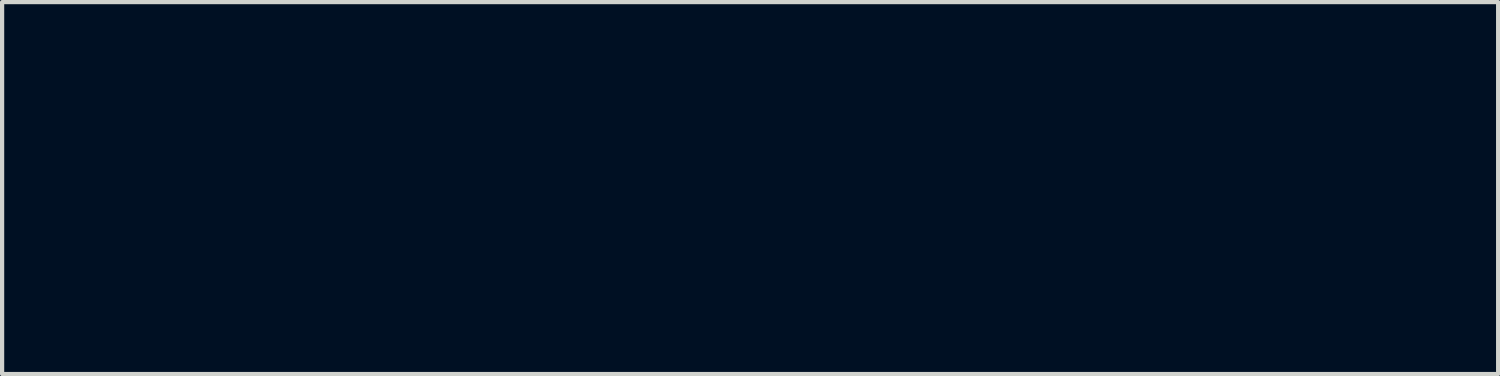
<source format=kicad_pcb>
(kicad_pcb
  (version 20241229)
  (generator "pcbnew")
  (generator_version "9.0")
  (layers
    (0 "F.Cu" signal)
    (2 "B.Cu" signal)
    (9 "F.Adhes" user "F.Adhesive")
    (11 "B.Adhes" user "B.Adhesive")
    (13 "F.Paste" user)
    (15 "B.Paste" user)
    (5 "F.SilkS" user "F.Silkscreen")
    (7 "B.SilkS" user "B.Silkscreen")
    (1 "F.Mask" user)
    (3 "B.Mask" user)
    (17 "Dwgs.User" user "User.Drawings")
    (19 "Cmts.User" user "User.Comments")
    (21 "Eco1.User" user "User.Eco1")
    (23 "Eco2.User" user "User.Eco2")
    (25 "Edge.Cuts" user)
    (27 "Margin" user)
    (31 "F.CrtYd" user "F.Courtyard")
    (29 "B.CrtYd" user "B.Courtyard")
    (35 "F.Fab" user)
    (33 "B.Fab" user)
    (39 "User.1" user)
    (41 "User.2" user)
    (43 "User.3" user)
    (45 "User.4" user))
  (footprint "goldbug.cpv"
    (layer "B.Cu")
    (at 14.771 1.418)
    (property "Reference" "goldbug.cpv" (at 0 0 0) (layer "B.Mask") (effects (font (size 1.524 1.524) (thickness 0.3))))
    (attr through_hole)
    (fp_poly (pts (xy 6.079 0.63) (xy 6.078 0.676) (xy 6.074 0.708) (xy 6.063 0.728) (xy 6.045 0.74) (xy 6.017 0.744) (xy 5.981 0.745) (xy 5.918 0.745) (xy 5.922 0.555) (xy 6.001 0.552) (xy 6.079 0.55) (xy 6.079 0.63)) (stroke (width 0.01) (type solid)) (fill yes) (layer "B.Mask"))
    (fp_poly (pts (xy -10.66 0.63) (xy -10.661 0.676) (xy -10.665 0.708) (xy -10.675 0.728) (xy -10.693 0.74) (xy -10.722 0.744) (xy -10.757 0.745) (xy -10.821 0.745) (xy -10.819 0.65) (xy -10.816 0.555) (xy -10.738 0.552) (xy -10.66 0.55) (xy -10.66 0.63)) (stroke (width 0.01) (type solid)) (fill yes) (layer "B.Mask"))
    (fp_poly (pts (xy -3.683 -0.015) (xy -3.683 0.114) (xy -3.684 0.233) (xy -3.684 0.341) (xy -3.685 0.437) (xy -3.685 0.521) (xy -3.686 0.592) (xy -3.687 0.648) (xy -3.689 0.691) (xy -3.69 0.718) (xy -3.691 0.728) (xy -3.701 0.735) (xy -3.723 0.74) (xy -3.758 0.743) (xy -3.772 0.744) (xy -3.844 0.747) (xy -3.844 -0.704) (xy -3.823 -0.724) (xy -3.81 -0.736) (xy -3.794 -0.742) (xy -3.772 -0.745) (xy -3.743 -0.745) (xy -3.683 -0.745) (xy -3.683 -0.015)) (stroke (width 0.01) (type solid)) (fill yes) (layer "B.Mask"))
    (fp_poly (pts (xy 12.2 0.745) (xy 12.004 0.745) (xy 11.933 0.744) (xy 11.878 0.743) (xy 11.836 0.741) (xy 11.807 0.739) (xy 11.787 0.735) (xy 11.781 0.733) (xy 11.765 0.723) (xy 11.75 0.705) (xy 11.735 0.676) (xy 11.728 0.661) (xy 11.715 0.632) (xy 11.706 0.608) (xy 11.701 0.594) (xy 11.701 0.593) (xy 11.709 0.59) (xy 11.733 0.587) (xy 11.772 0.585) (xy 11.824 0.584) (xy 11.87 0.584) (xy 12.04 0.584) (xy 12.04 -0.719) (xy 12.058 -0.732) (xy 12.081 -0.741) (xy 12.117 -0.745) (xy 12.139 -0.745) (xy 12.2 -0.745) (xy 12.2 0.745)) (stroke (width 0.01) (type solid)) (fill yes) (layer "B.Mask"))
    (fp_poly (pts (xy -4.733 0.745) (xy -4.925 0.745) (xy -4.993 0.744) (xy -5.046 0.743) (xy -5.086 0.742) (xy -5.114 0.739) (xy -5.134 0.736) (xy -5.146 0.732) (xy -5.162 0.723) (xy -5.177 0.707) (xy -5.191 0.681) (xy -5.203 0.657) (xy -5.217 0.627) (xy -5.227 0.604) (xy -5.232 0.59) (xy -5.232 0.589) (xy -5.224 0.588) (xy -5.202 0.586) (xy -5.168 0.585) (xy -5.124 0.585) (xy -5.074 0.584) (xy -5.063 0.584) (xy -4.894 0.584) (xy -4.894 -0.061) (xy -4.894 -0.165) (xy -4.893 -0.263) (xy -4.893 -0.355) (xy -4.892 -0.44) (xy -4.892 -0.515) (xy -4.891 -0.581) (xy -4.89 -0.635) (xy -4.889 -0.677) (xy -4.888 -0.704) (xy -4.887 -0.716) (xy -4.887 -0.716) (xy -4.867 -0.733) (xy -4.832 -0.742) (xy -4.788 -0.745) (xy -4.733 -0.745) (xy -4.733 0.745)) (stroke (width 0.01) (type solid)) (fill yes) (layer "B.Mask"))
    (fp_poly (pts (xy -5.991 -0.747) (xy -5.976 -0.746) (xy -5.959 -0.745) (xy -5.956 -0.745) (xy -5.893 -0.745) (xy -5.893 0.745) (xy -6.085 0.744) (xy -6.142 0.744) (xy -6.193 0.743) (xy -6.237 0.742) (xy -6.27 0.741) (xy -6.291 0.74) (xy -6.295 0.739) (xy -6.318 0.728) (xy -6.339 0.706) (xy -6.359 0.671) (xy -6.362 0.664) (xy -6.375 0.637) (xy -6.384 0.617) (xy -6.387 0.602) (xy -6.383 0.593) (xy -6.371 0.587) (xy -6.347 0.585) (xy -6.311 0.584) (xy -6.261 0.584) (xy -6.224 0.584) (xy -6.054 0.584) (xy -6.054 -0.064) (xy -6.054 -0.187) (xy -6.054 -0.295) (xy -6.054 -0.389) (xy -6.054 -0.468) (xy -6.053 -0.535) (xy -6.052 -0.591) (xy -6.05 -0.636) (xy -6.047 -0.671) (xy -6.044 -0.698) (xy -6.039 -0.718) (xy -6.033 -0.732) (xy -6.025 -0.741) (xy -6.015 -0.745) (xy -6.004 -0.747) (xy -5.991 -0.747)) (stroke (width 0.01) (type solid)) (fill yes) (layer "B.Mask"))
    (fp_poly (pts (xy -0.047 -0.745) (xy 0.01 -0.744) (xy 0.054 -0.743) (xy 0.087 -0.74) (xy 0.111 -0.735) (xy 0.127 -0.728) (xy 0.137 -0.718) (xy 0.142 -0.705) (xy 0.144 -0.689) (xy 0.144 -0.668) (xy 0.144 -0.648) (xy 0.144 -0.584) (xy -0.068 -0.584) (xy -0.068 0.719) (xy -0.087 0.732) (xy -0.109 0.741) (xy -0.145 0.745) (xy -0.167 0.745) (xy -0.229 0.745) (xy -0.229 0.091) (xy -0.229 -0.037) (xy -0.229 -0.149) (xy -0.229 -0.246) (xy -0.23 -0.328) (xy -0.23 -0.397) (xy -0.231 -0.453) (xy -0.232 -0.498) (xy -0.234 -0.531) (xy -0.235 -0.554) (xy -0.237 -0.568) (xy -0.239 -0.574) (xy -0.253 -0.579) (xy -0.283 -0.583) (xy -0.326 -0.584) (xy -0.33 -0.584) (xy -0.371 -0.586) (xy -0.405 -0.589) (xy -0.428 -0.593) (xy -0.432 -0.595) (xy -0.448 -0.61) (xy -0.468 -0.639) (xy -0.484 -0.669) (xy -0.499 -0.699) (xy -0.51 -0.723) (xy -0.515 -0.737) (xy -0.516 -0.739) (xy -0.508 -0.74) (xy -0.485 -0.741) (xy -0.448 -0.743) (xy -0.401 -0.744) (xy -0.344 -0.744) (xy -0.279 -0.745) (xy -0.208 -0.745) (xy -0.203 -0.745) (xy -0.117 -0.745) (xy -0.047 -0.745)) (stroke (width 0.01) (type solid)) (fill yes) (layer "B.Mask"))
    (fp_poly (pts (xy 8.526 -0.746) (xy 8.535 -0.742) (xy 8.543 -0.734) (xy 8.549 -0.721) (xy 8.554 -0.702) (xy 8.558 -0.676) (xy 8.561 -0.642) (xy 8.563 -0.598) (xy 8.564 -0.544) (xy 8.565 -0.479) (xy 8.566 -0.401) (xy 8.566 -0.309) (xy 8.566 -0.202) (xy 8.567 -0.08) (xy 8.567 -0.079) (xy 8.567 0.06) (xy 8.567 0.183) (xy 8.567 0.29) (xy 8.567 0.381) (xy 8.566 0.456) (xy 8.565 0.515) (xy 8.564 0.56) (xy 8.562 0.59) (xy 8.56 0.606) (xy 8.541 0.655) (xy 8.509 0.697) (xy 8.465 0.729) (xy 8.464 0.73) (xy 8.442 0.739) (xy 8.418 0.745) (xy 8.385 0.749) (xy 8.344 0.75) (xy 8.303 0.751) (xy 8.265 0.749) (xy 8.234 0.747) (xy 8.224 0.745) (xy 8.172 0.729) (xy 8.132 0.702) (xy 8.099 0.662) (xy 8.089 0.643) (xy 8.086 0.637) (xy 8.083 0.63) (xy 8.081 0.62) (xy 8.079 0.606) (xy 8.078 0.588) (xy 8.076 0.564) (xy 8.075 0.533) (xy 8.074 0.493) (xy 8.074 0.444) (xy 8.073 0.385) (xy 8.072 0.314) (xy 8.072 0.23) (xy 8.071 0.133) (xy 8.071 0.02) (xy 8.071 -0.066) (xy 8.068 -0.745) (xy 8.229 -0.745) (xy 8.234 0.567) (xy 8.257 0.59) (xy 8.286 0.608) (xy 8.321 0.614) (xy 8.356 0.606) (xy 8.38 0.59) (xy 8.403 0.567) (xy 8.405 -0.089) (xy 8.408 -0.745) (xy 8.469 -0.745) (xy 8.487 -0.746) (xy 8.502 -0.747) (xy 8.515 -0.747) (xy 8.526 -0.746)) (stroke (width 0.01) (type solid)) (fill yes) (layer "B.Mask"))
    (fp_poly (pts (xy 11.091 0.745) (xy 10.928 0.745) (xy 10.862 0.744) (xy 10.81 0.743) (xy 10.772 0.74) (xy 10.745 0.736) (xy 10.732 0.732) (xy 10.681 0.706) (xy 10.641 0.668) (xy 10.614 0.618) (xy 10.608 0.6) (xy 10.607 0.584) (xy 10.605 0.552) (xy 10.604 0.503) (xy 10.603 0.438) (xy 10.602 0.358) (xy 10.602 0.262) (xy 10.602 0.151) (xy 10.602 0.026) (xy 10.602 0.005) (xy 10.761 0.005) (xy 10.761 0.543) (xy 10.782 0.563) (xy 10.795 0.574) (xy 10.809 0.581) (xy 10.831 0.583) (xy 10.864 0.584) (xy 10.867 0.584) (xy 10.93 0.584) (xy 10.93 -0.584) (xy 10.875 -0.584) (xy 10.829 -0.581) (xy 10.794 -0.57) (xy 10.772 -0.554) (xy 10.766 -0.546) (xy 10.765 -0.535) (xy 10.765 -0.509) (xy 10.764 -0.469) (xy 10.763 -0.416) (xy 10.762 -0.352) (xy 10.762 -0.279) (xy 10.762 -0.198) (xy 10.761 -0.11) (xy 10.761 -0.017) (xy 10.761 0.005) (xy 10.602 0.005) (xy 10.602 -0.019) (xy 10.603 -0.133) (xy 10.603 -0.231) (xy 10.604 -0.314) (xy 10.604 -0.385) (xy 10.605 -0.443) (xy 10.605 -0.491) (xy 10.606 -0.53) (xy 10.608 -0.56) (xy 10.609 -0.583) (xy 10.611 -0.6) (xy 10.613 -0.613) (xy 10.615 -0.623) (xy 10.618 -0.63) (xy 10.622 -0.637) (xy 10.623 -0.639) (xy 10.651 -0.681) (xy 10.689 -0.713) (xy 10.71 -0.725) (xy 10.722 -0.73) (xy 10.737 -0.735) (xy 10.758 -0.738) (xy 10.786 -0.74) (xy 10.824 -0.742) (xy 10.875 -0.743) (xy 10.916 -0.744) (xy 11.091 -0.746) (xy 11.091 0.745)) (stroke (width 0.01) (type solid)) (fill yes) (layer "B.Mask"))
    (fp_poly (pts (xy 2.107 -0.744) (xy 2.123 -0.741) (xy 2.137 -0.733) (xy 2.148 -0.72) (xy 2.158 -0.699) (xy 2.167 -0.67) (xy 2.176 -0.63) (xy 2.186 -0.578) (xy 2.197 -0.513) (xy 2.21 -0.439) (xy 2.221 -0.374) (xy 2.232 -0.315) (xy 2.241 -0.264) (xy 2.249 -0.222) (xy 2.255 -0.192) (xy 2.258 -0.176) (xy 2.259 -0.174) (xy 2.261 -0.182) (xy 2.266 -0.205) (xy 2.272 -0.24) (xy 2.28 -0.284) (xy 2.29 -0.335) (xy 2.299 -0.39) (xy 2.31 -0.448) (xy 2.32 -0.505) (xy 2.329 -0.559) (xy 2.338 -0.609) (xy 2.345 -0.65) (xy 2.35 -0.682) (xy 2.353 -0.701) (xy 2.354 -0.705) (xy 2.359 -0.715) (xy 2.371 -0.728) (xy 2.382 -0.737) (xy 2.398 -0.742) (xy 2.423 -0.745) (xy 2.455 -0.745) (xy 2.489 -0.745) (xy 2.509 -0.744) (xy 2.518 -0.74) (xy 2.52 -0.734) (xy 2.519 -0.726) (xy 2.516 -0.714) (xy 2.51 -0.687) (xy 2.502 -0.647) (xy 2.491 -0.596) (xy 2.478 -0.534) (xy 2.463 -0.464) (xy 2.447 -0.388) (xy 2.43 -0.306) (xy 2.425 -0.285) (xy 2.337 0.138) (xy 2.337 0.719) (xy 2.318 0.732) (xy 2.296 0.741) (xy 2.259 0.745) (xy 2.238 0.745) (xy 2.176 0.745) (xy 2.176 0.113) (xy 2.087 -0.31) (xy 2.07 -0.392) (xy 2.054 -0.469) (xy 2.039 -0.539) (xy 2.026 -0.602) (xy 2.015 -0.654) (xy 2.007 -0.696) (xy 2.001 -0.724) (xy 1.998 -0.738) (xy 1.998 -0.739) (xy 2.006 -0.742) (xy 2.026 -0.744) (xy 2.056 -0.745) (xy 2.062 -0.745) (xy 2.087 -0.745) (xy 2.107 -0.744)) (stroke (width 0.01) (type solid)) (fill yes) (layer "B.Mask"))
    (fp_poly (pts (xy -9.693 -0.745) (xy -9.642 -0.744) (xy -9.603 -0.743) (xy -9.575 -0.742) (xy -9.556 -0.739) (xy -9.543 -0.736) (xy -9.535 -0.732) (xy -9.517 -0.719) (xy -9.517 0.745) (xy -9.696 0.745) (xy -9.762 0.744) (xy -9.813 0.743) (xy -9.851 0.741) (xy -9.878 0.739) (xy -9.897 0.735) (xy -9.904 0.732) (xy -9.921 0.723) (xy -9.935 0.707) (xy -9.95 0.681) (xy -9.961 0.657) (xy -9.975 0.627) (xy -9.985 0.604) (xy -9.99 0.59) (xy -9.991 0.589) (xy -9.983 0.587) (xy -9.96 0.586) (xy -9.926 0.585) (xy -9.883 0.584) (xy -9.834 0.584) (xy -9.677 0.584) (xy -9.677 0.323) (xy -9.678 0.243) (xy -9.678 0.179) (xy -9.679 0.129) (xy -9.681 0.093) (xy -9.683 0.069) (xy -9.686 0.055) (xy -9.688 0.052) (xy -9.701 0.047) (xy -9.728 0.043) (xy -9.755 0.042) (xy -9.792 0.04) (xy -9.82 0.032) (xy -9.841 0.015) (xy -9.86 -0.013) (xy -9.88 -0.055) (xy -9.905 -0.114) (xy -9.791 -0.117) (xy -9.677 -0.119) (xy -9.677 -0.341) (xy -9.678 -0.415) (xy -9.678 -0.474) (xy -9.68 -0.517) (xy -9.682 -0.548) (xy -9.684 -0.567) (xy -9.688 -0.574) (xy -9.702 -0.579) (xy -9.732 -0.583) (xy -9.777 -0.584) (xy -9.783 -0.584) (xy -9.828 -0.585) (xy -9.859 -0.588) (xy -9.879 -0.593) (xy -9.887 -0.597) (xy -9.897 -0.609) (xy -9.911 -0.631) (xy -9.927 -0.659) (xy -9.943 -0.689) (xy -9.956 -0.717) (xy -9.964 -0.736) (xy -9.965 -0.742) (xy -9.957 -0.743) (xy -9.934 -0.744) (xy -9.899 -0.744) (xy -9.854 -0.745) (xy -9.802 -0.745) (xy -9.76 -0.745) (xy -9.693 -0.745)) (stroke (width 0.01) (type solid)) (fill yes) (layer "B.Mask"))
    (fp_poly (pts (xy 1.245 -0.009) (xy 1.245 0.122) (xy 1.245 0.237) (xy 1.245 0.337) (xy 1.245 0.424) (xy 1.245 0.497) (xy 1.244 0.558) (xy 1.242 0.609) (xy 1.24 0.65) (xy 1.237 0.682) (xy 1.234 0.707) (xy 1.229 0.724) (xy 1.222 0.736) (xy 1.215 0.744) (xy 1.206 0.747) (xy 1.195 0.748) (xy 1.183 0.747) (xy 1.169 0.746) (xy 1.152 0.745) (xy 1.148 0.745) (xy 1.084 0.745) (xy 1.084 0.076) (xy 1.011 0.076) (xy 0.956 0.073) (xy 0.913 0.064) (xy 0.878 0.048) (xy 0.852 0.027) (xy 0.833 0.006) (xy 0.817 -0.017) (xy 0.804 -0.045) (xy 0.794 -0.079) (xy 0.788 -0.121) (xy 0.783 -0.173) (xy 0.78 -0.238) (xy 0.78 -0.263) (xy 0.94 -0.263) (xy 0.94 -0.212) (xy 0.941 -0.174) (xy 0.942 -0.146) (xy 0.944 -0.127) (xy 0.946 -0.114) (xy 0.95 -0.105) (xy 0.955 -0.099) (xy 0.959 -0.096) (xy 0.978 -0.081) (xy 0.997 -0.073) (xy 1.022 -0.069) (xy 1.044 -0.068) (xy 1.084 -0.068) (xy 1.084 -0.593) (xy 1.041 -0.593) (xy 0.997 -0.588) (xy 0.965 -0.574) (xy 0.951 -0.56) (xy 0.947 -0.549) (xy 0.944 -0.528) (xy 0.942 -0.495) (xy 0.941 -0.448) (xy 0.94 -0.387) (xy 0.94 -0.33) (xy 0.94 -0.263) (xy 0.78 -0.263) (xy 0.779 -0.316) (xy 0.779 -0.36) (xy 0.779 -0.435) (xy 0.78 -0.496) (xy 0.783 -0.544) (xy 0.787 -0.582) (xy 0.793 -0.612) (xy 0.802 -0.636) (xy 0.814 -0.655) (xy 0.829 -0.674) (xy 0.839 -0.685) (xy 0.861 -0.705) (xy 0.885 -0.72) (xy 0.912 -0.731) (xy 0.946 -0.738) (xy 0.989 -0.742) (xy 1.045 -0.745) (xy 1.102 -0.745) (xy 1.245 -0.745) (xy 1.245 -0.009)) (stroke (width 0.01) (type solid)) (fill yes) (layer "B.Mask"))
    (fp_poly (pts (xy -13.03 0.745) (xy -13.191 0.745) (xy -13.191 0.11) (xy -13.245 0.11) (xy -13.276 0.111) (xy -13.296 0.115) (xy -13.31 0.123) (xy -13.319 0.132) (xy -13.339 0.154) (xy -13.342 0.449) (xy -13.344 0.745) (xy -13.505 0.745) (xy -13.503 0.425) (xy -13.502 0.343) (xy -13.501 0.276) (xy -13.5 0.223) (xy -13.499 0.181) (xy -13.498 0.148) (xy -13.496 0.124) (xy -13.494 0.106) (xy -13.491 0.092) (xy -13.487 0.082) (xy -13.483 0.072) (xy -13.482 0.069) (xy -13.463 0.032) (xy -13.482 0.007) (xy -13.487 -0.000402) (xy -13.49 -0.008) (xy -13.494 -0.018) (xy -13.496 -0.033) (xy -13.498 -0.053) (xy -13.499 -0.082) (xy -13.5 -0.12) (xy -13.5 -0.169) (xy -13.5 -0.232) (xy -13.5 -0.308) (xy -13.344 -0.308) (xy -13.343 -0.252) (xy -13.342 -0.2) (xy -13.34 -0.154) (xy -13.338 -0.117) (xy -13.335 -0.093) (xy -13.333 -0.085) (xy -13.313 -0.061) (xy -13.281 -0.047) (xy -13.236 -0.042) (xy -13.236 -0.042) (xy -13.191 -0.042) (xy -13.191 -0.593) (xy -13.237 -0.593) (xy -13.282 -0.589) (xy -13.312 -0.578) (xy -13.331 -0.559) (xy -13.334 -0.553) (xy -13.337 -0.537) (xy -13.34 -0.508) (xy -13.342 -0.467) (xy -13.343 -0.418) (xy -13.344 -0.364) (xy -13.344 -0.308) (xy -13.5 -0.308) (xy -13.5 -0.31) (xy -13.5 -0.312) (xy -13.5 -0.39) (xy -13.5 -0.454) (xy -13.499 -0.504) (xy -13.499 -0.542) (xy -13.498 -0.572) (xy -13.496 -0.593) (xy -13.493 -0.609) (xy -13.49 -0.621) (xy -13.486 -0.631) (xy -13.482 -0.639) (xy -13.453 -0.681) (xy -13.416 -0.713) (xy -13.394 -0.725) (xy -13.382 -0.731) (xy -13.366 -0.735) (xy -13.345 -0.738) (xy -13.316 -0.74) (xy -13.276 -0.742) (xy -13.223 -0.743) (xy -13.197 -0.744) (xy -13.03 -0.746) (xy -13.03 0.745)) (stroke (width 0.01) (type solid)) (fill yes) (layer "B.Mask"))
    (fp_poly (pts (xy 3.708 0.745) (xy 3.548 0.745) (xy 3.548 0.11) (xy 3.499 0.11) (xy 3.458 0.114) (xy 3.43 0.125) (xy 3.412 0.146) (xy 3.404 0.167) (xy 3.402 0.185) (xy 3.399 0.217) (xy 3.398 0.263) (xy 3.396 0.321) (xy 3.396 0.388) (xy 3.395 0.463) (xy 3.395 0.472) (xy 3.395 0.745) (xy 3.233 0.745) (xy 3.236 0.425) (xy 3.236 0.343) (xy 3.237 0.277) (xy 3.238 0.223) (xy 3.239 0.181) (xy 3.24 0.149) (xy 3.242 0.125) (xy 3.244 0.107) (xy 3.247 0.094) (xy 3.251 0.084) (xy 3.256 0.074) (xy 3.258 0.069) (xy 3.269 0.046) (xy 3.273 0.033) (xy 3.269 0.023) (xy 3.265 0.018) (xy 3.255 0.001) (xy 3.247 -0.025) (xy 3.243 -0.042) (xy 3.24 -0.065) (xy 3.238 -0.101) (xy 3.237 -0.148) (xy 3.235 -0.204) (xy 3.235 -0.264) (xy 3.235 -0.327) (xy 3.235 -0.389) (xy 3.236 -0.448) (xy 3.237 -0.501) (xy 3.239 -0.545) (xy 3.239 -0.552) (xy 3.399 -0.552) (xy 3.399 -0.32) (xy 3.399 -0.248) (xy 3.4 -0.191) (xy 3.401 -0.147) (xy 3.403 -0.114) (xy 3.406 -0.091) (xy 3.411 -0.075) (xy 3.418 -0.064) (xy 3.427 -0.057) (xy 3.438 -0.052) (xy 3.441 -0.05) (xy 3.46 -0.046) (xy 3.487 -0.043) (xy 3.503 -0.043) (xy 3.548 -0.042) (xy 3.548 -0.593) (xy 3.497 -0.593) (xy 3.465 -0.591) (xy 3.443 -0.586) (xy 3.425 -0.574) (xy 3.423 -0.572) (xy 3.399 -0.552) (xy 3.239 -0.552) (xy 3.241 -0.577) (xy 3.243 -0.593) (xy 3.264 -0.646) (xy 3.298 -0.69) (xy 3.334 -0.717) (xy 3.348 -0.725) (xy 3.361 -0.731) (xy 3.375 -0.736) (xy 3.394 -0.739) (xy 3.42 -0.741) (xy 3.456 -0.742) (xy 3.504 -0.743) (xy 3.541 -0.744) (xy 3.708 -0.746) (xy 3.708 0.745)) (stroke (width 0.01) (type solid)) (fill yes) (layer "B.Mask"))
    (fp_poly (pts (xy 13.438 -0.722) (xy 13.477 -0.685) (xy 13.497 -0.654) (xy 13.517 -0.614) (xy 13.52 -0.025) (xy 13.52 0.107) (xy 13.52 0.222) (xy 13.52 0.322) (xy 13.52 0.406) (xy 13.519 0.475) (xy 13.518 0.529) (xy 13.516 0.569) (xy 13.514 0.596) (xy 13.513 0.606) (xy 13.495 0.652) (xy 13.465 0.694) (xy 13.426 0.728) (xy 13.411 0.737) (xy 13.394 0.744) (xy 13.375 0.749) (xy 13.349 0.752) (xy 13.314 0.753) (xy 13.27 0.754) (xy 13.223 0.753) (xy 13.189 0.752) (xy 13.164 0.749) (xy 13.145 0.744) (xy 13.127 0.736) (xy 13.125 0.736) (xy 13.098 0.718) (xy 13.074 0.697) (xy 13.068 0.691) (xy 13.059 0.679) (xy 13.052 0.669) (xy 13.045 0.658) (xy 13.04 0.646) (xy 13.035 0.632) (xy 13.032 0.613) (xy 13.029 0.589) (xy 13.026 0.558) (xy 13.025 0.52) (xy 13.023 0.473) (xy 13.023 0.416) (xy 13.022 0.348) (xy 13.022 0.267) (xy 13.022 0.172) (xy 13.022 0.062) (xy 13.022 0.03) (xy 13.182 0.03) (xy 13.182 0.116) (xy 13.182 0.2) (xy 13.183 0.28) (xy 13.184 0.353) (xy 13.185 0.419) (xy 13.187 0.476) (xy 13.189 0.522) (xy 13.191 0.554) (xy 13.194 0.572) (xy 13.194 0.575) (xy 13.217 0.6) (xy 13.248 0.613) (xy 13.282 0.615) (xy 13.315 0.603) (xy 13.334 0.589) (xy 13.356 0.567) (xy 13.361 -0.557) (xy 13.339 -0.583) (xy 13.311 -0.605) (xy 13.278 -0.615) (xy 13.245 -0.613) (xy 13.215 -0.599) (xy 13.195 -0.575) (xy 13.192 -0.562) (xy 13.19 -0.533) (xy 13.188 -0.491) (xy 13.186 -0.438) (xy 13.185 -0.374) (xy 13.184 -0.302) (xy 13.183 -0.224) (xy 13.182 -0.142) (xy 13.182 -0.056) (xy 13.182 0.03) (xy 13.022 0.03) (xy 13.022 -0.003) (xy 13.022 -0.608) (xy 13.045 -0.653) (xy 13.073 -0.694) (xy 13.105 -0.724) (xy 13.142 -0.749) (xy 13.399 -0.749) (xy 13.438 -0.722)) (stroke (width 0.01) (type solid)) (fill yes) (layer "B.Mask"))
    (fp_poly (pts (xy -7.143 -0.744) (xy -7.126 -0.741) (xy -7.12 -0.738) (xy -7.119 -0.728) (xy -7.116 -0.703) (xy -7.11 -0.664) (xy -7.102 -0.612) (xy -7.093 -0.548) (xy -7.081 -0.473) (xy -7.069 -0.389) (xy -7.055 -0.297) (xy -7.04 -0.197) (xy -7.024 -0.092) (xy -7.01 -0.003) (xy -6.994 0.106) (xy -6.978 0.21) (xy -6.963 0.309) (xy -6.95 0.4) (xy -6.937 0.483) (xy -6.926 0.556) (xy -6.917 0.618) (xy -6.91 0.669) (xy -6.904 0.706) (xy -6.901 0.728) (xy -6.9 0.735) (xy -6.905 0.74) (xy -6.918 0.743) (xy -6.945 0.744) (xy -6.985 0.743) (xy -6.987 0.743) (xy -7.074 0.741) (xy -7.139 0.25) (xy -7.15 0.161) (xy -7.161 0.078) (xy -7.172 0.002) (xy -7.181 -0.066) (xy -7.189 -0.124) (xy -7.195 -0.171) (xy -7.2 -0.206) (xy -7.203 -0.226) (xy -7.204 -0.231) (xy -7.206 -0.219) (xy -7.209 -0.192) (xy -7.214 -0.152) (xy -7.221 -0.101) (xy -7.228 -0.041) (xy -7.237 0.026) (xy -7.247 0.099) (xy -7.257 0.175) (xy -7.267 0.253) (xy -7.277 0.331) (xy -7.287 0.407) (xy -7.296 0.479) (xy -7.305 0.544) (xy -7.313 0.602) (xy -7.319 0.651) (xy -7.324 0.687) (xy -7.327 0.71) (xy -7.328 0.718) (xy -7.333 0.745) (xy -7.417 0.745) (xy -7.456 0.745) (xy -7.48 0.744) (xy -7.494 0.741) (xy -7.5 0.737) (xy -7.501 0.729) (xy -7.501 0.727) (xy -7.5 0.711) (xy -7.496 0.681) (xy -7.491 0.638) (xy -7.483 0.583) (xy -7.473 0.518) (xy -7.462 0.443) (xy -7.45 0.362) (xy -7.436 0.275) (xy -7.422 0.183) (xy -7.408 0.089) (xy -7.393 -0.006) (xy -7.378 -0.102) (xy -7.363 -0.195) (xy -7.349 -0.285) (xy -7.335 -0.371) (xy -7.322 -0.45) (xy -7.31 -0.521) (xy -7.3 -0.583) (xy -7.291 -0.635) (xy -7.284 -0.674) (xy -7.279 -0.699) (xy -7.276 -0.709) (xy -7.258 -0.728) (xy -7.242 -0.737) (xy -7.223 -0.741) (xy -7.197 -0.744) (xy -7.169 -0.745) (xy -7.143 -0.744)) (stroke (width 0.01) (type solid)) (fill yes) (layer "B.Mask"))
    (fp_poly (pts (xy -2.812 -0.745) (xy -2.788 -0.744) (xy -2.775 -0.741) (xy -2.768 -0.735) (xy -2.765 -0.727) (xy -2.765 -0.726) (xy -2.763 -0.714) (xy -2.758 -0.687) (xy -2.752 -0.647) (xy -2.744 -0.594) (xy -2.734 -0.532) (xy -2.724 -0.46) (xy -2.712 -0.382) (xy -2.699 -0.298) (xy -2.692 -0.254) (xy -2.679 -0.169) (xy -2.667 -0.089) (xy -2.656 -0.015) (xy -2.646 0.05) (xy -2.637 0.106) (xy -2.63 0.15) (xy -2.625 0.181) (xy -2.622 0.198) (xy -2.622 0.2) (xy -2.62 0.193) (xy -2.616 0.17) (xy -2.61 0.133) (xy -2.603 0.085) (xy -2.593 0.025) (xy -2.583 -0.043) (xy -2.571 -0.119) (xy -2.559 -0.201) (xy -2.554 -0.235) (xy -2.541 -0.32) (xy -2.528 -0.401) (xy -2.517 -0.475) (xy -2.506 -0.542) (xy -2.497 -0.599) (xy -2.489 -0.646) (xy -2.484 -0.679) (xy -2.48 -0.698) (xy -2.479 -0.701) (xy -2.47 -0.721) (xy -2.456 -0.735) (xy -2.433 -0.742) (xy -2.398 -0.745) (xy -2.38 -0.745) (xy -2.348 -0.745) (xy -2.33 -0.743) (xy -2.322 -0.738) (xy -2.32 -0.73) (xy -2.32 -0.728) (xy -2.321 -0.713) (xy -2.325 -0.684) (xy -2.331 -0.641) (xy -2.339 -0.586) (xy -2.348 -0.521) (xy -2.36 -0.447) (xy -2.372 -0.366) (xy -2.385 -0.279) (xy -2.4 -0.188) (xy -2.414 -0.094) (xy -2.429 0.002) (xy -2.444 0.096) (xy -2.459 0.189) (xy -2.473 0.279) (xy -2.487 0.364) (xy -2.5 0.443) (xy -2.512 0.513) (xy -2.522 0.574) (xy -2.531 0.625) (xy -2.537 0.662) (xy -2.542 0.686) (xy -2.544 0.694) (xy -2.568 0.723) (xy -2.604 0.739) (xy -2.653 0.745) (xy -2.653 0.745) (xy -2.68 0.744) (xy -2.694 0.741) (xy -2.701 0.733) (xy -2.704 0.722) (xy -2.706 0.71) (xy -2.711 0.683) (xy -2.717 0.641) (xy -2.725 0.587) (xy -2.736 0.521) (xy -2.747 0.445) (xy -2.76 0.359) (xy -2.774 0.266) (xy -2.79 0.167) (xy -2.806 0.062) (xy -2.815 0) (xy -2.831 -0.107) (xy -2.847 -0.21) (xy -2.862 -0.307) (xy -2.875 -0.397) (xy -2.888 -0.478) (xy -2.899 -0.55) (xy -2.909 -0.612) (xy -2.916 -0.661) (xy -2.922 -0.696) (xy -2.925 -0.717) (xy -2.926 -0.722) (xy -2.931 -0.745) (xy -2.85 -0.745) (xy -2.812 -0.745)) (stroke (width 0.01) (type solid)) (fill yes) (layer "B.Mask"))
    (fp_poly (pts (xy 9.821 0.745) (xy 9.667 0.745) (xy 9.601 0.744) (xy 9.551 0.742) (xy 9.513 0.739) (xy 9.488 0.735) (xy 9.479 0.732) (xy 9.428 0.706) (xy 9.388 0.668) (xy 9.361 0.619) (xy 9.356 0.602) (xy 9.353 0.585) (xy 9.351 0.554) (xy 9.35 0.511) (xy 9.348 0.457) (xy 9.348 0.397) (xy 9.348 0.385) (xy 9.509 0.385) (xy 9.509 0.441) (xy 9.51 0.484) (xy 9.513 0.516) (xy 9.517 0.539) (xy 9.523 0.555) (xy 9.531 0.566) (xy 9.542 0.573) (xy 9.545 0.574) (xy 9.563 0.579) (xy 9.591 0.583) (xy 9.612 0.584) (xy 9.66 0.584) (xy 9.66 0.076) (xy 9.606 0.076) (xy 9.571 0.078) (xy 9.547 0.084) (xy 9.532 0.092) (xy 9.526 0.098) (xy 9.521 0.104) (xy 9.518 0.114) (xy 9.515 0.128) (xy 9.513 0.15) (xy 9.512 0.181) (xy 9.511 0.224) (xy 9.51 0.281) (xy 9.51 0.314) (xy 9.509 0.385) (xy 9.348 0.385) (xy 9.347 0.334) (xy 9.348 0.264) (xy 9.348 0.208) (xy 9.349 0.165) (xy 9.35 0.132) (xy 9.352 0.108) (xy 9.355 0.09) (xy 9.358 0.076) (xy 9.363 0.064) (xy 9.363 0.063) (xy 9.378 0.038) (xy 9.394 0.018) (xy 9.399 0.014) (xy 9.418 0.001) (xy 9.396 -0.017) (xy 9.383 -0.028) (xy 9.372 -0.042) (xy 9.363 -0.058) (xy 9.357 -0.08) (xy 9.353 -0.108) (xy 9.35 -0.146) (xy 9.349 -0.194) (xy 9.348 -0.255) (xy 9.349 -0.33) (xy 9.349 -0.356) (xy 9.35 -0.428) (xy 9.35 -0.485) (xy 9.352 -0.529) (xy 9.352 -0.535) (xy 9.508 -0.535) (xy 9.508 -0.335) (xy 9.508 -0.268) (xy 9.509 -0.215) (xy 9.51 -0.176) (xy 9.512 -0.147) (xy 9.515 -0.128) (xy 9.519 -0.114) (xy 9.521 -0.11) (xy 9.53 -0.094) (xy 9.541 -0.084) (xy 9.559 -0.079) (xy 9.586 -0.077) (xy 9.608 -0.077) (xy 9.66 -0.076) (xy 9.66 -0.584) (xy 9.609 -0.584) (xy 9.579 -0.583) (xy 9.559 -0.579) (xy 9.543 -0.569) (xy 9.533 -0.559) (xy 9.508 -0.535) (xy 9.352 -0.535) (xy 9.353 -0.563) (xy 9.355 -0.587) (xy 9.357 -0.605) (xy 9.361 -0.619) (xy 9.365 -0.63) (xy 9.37 -0.639) (xy 9.398 -0.681) (xy 9.436 -0.713) (xy 9.457 -0.725) (xy 9.47 -0.731) (xy 9.485 -0.735) (xy 9.506 -0.738) (xy 9.535 -0.74) (xy 9.575 -0.742) (xy 9.628 -0.743) (xy 9.654 -0.744) (xy 9.821 -0.746) (xy 9.821 0.745)) (stroke (width 0.01) (type solid)) (fill yes) (layer "B.Mask"))
    (fp_poly (pts (xy -1.37 -0.752) (xy -1.363 -0.752) (xy -1.316 -0.751) (xy -1.283 -0.749) (xy -1.259 -0.747) (xy -1.242 -0.743) (xy -1.228 -0.736) (xy -1.214 -0.727) (xy -1.209 -0.724) (xy -1.172 -0.688) (xy -1.149 -0.652) (xy -1.126 -0.607) (xy -1.126 0.608) (xy -1.15 0.653) (xy -1.178 0.694) (xy -1.21 0.724) (xy -1.225 0.734) (xy -1.238 0.741) (xy -1.253 0.746) (xy -1.274 0.748) (xy -1.303 0.75) (xy -1.345 0.751) (xy -1.366 0.752) (xy -1.414 0.752) (xy -1.448 0.752) (xy -1.472 0.751) (xy -1.49 0.748) (xy -1.504 0.742) (xy -1.52 0.735) (xy -1.524 0.732) (xy -1.565 0.703) (xy -1.593 0.668) (xy -1.612 0.624) (xy -1.613 0.623) (xy -1.615 0.613) (xy -1.618 0.599) (xy -1.619 0.58) (xy -1.621 0.555) (xy -1.622 0.523) (xy -1.623 0.483) (xy -1.624 0.433) (xy -1.625 0.372) (xy -1.625 0.299) (xy -1.625 0.212) (xy -1.626 0.111) (xy -1.626 0) (xy -1.626 -0.119) (xy -1.625 -0.223) (xy -1.625 -0.312) (xy -1.625 -0.387) (xy -1.624 -0.451) (xy -1.622 -0.504) (xy -1.62 -0.547) (xy -1.619 -0.569) (xy -1.46 -0.569) (xy -1.46 -0.002) (xy -1.46 0.11) (xy -1.46 0.206) (xy -1.46 0.288) (xy -1.46 0.356) (xy -1.46 0.413) (xy -1.459 0.459) (xy -1.458 0.495) (xy -1.457 0.523) (xy -1.456 0.543) (xy -1.454 0.558) (xy -1.452 0.569) (xy -1.449 0.576) (xy -1.446 0.581) (xy -1.444 0.584) (xy -1.412 0.609) (xy -1.376 0.617) (xy -1.338 0.61) (xy -1.33 0.606) (xy -1.31 0.59) (xy -1.297 0.572) (xy -1.295 0.562) (xy -1.293 0.543) (xy -1.291 0.514) (xy -1.29 0.474) (xy -1.289 0.422) (xy -1.288 0.356) (xy -1.288 0.278) (xy -1.287 0.184) (xy -1.287 0.075) (xy -1.287 0) (xy -1.287 -0.119) (xy -1.287 -0.222) (xy -1.288 -0.31) (xy -1.288 -0.383) (xy -1.289 -0.443) (xy -1.291 -0.491) (xy -1.292 -0.527) (xy -1.294 -0.552) (xy -1.296 -0.567) (xy -1.297 -0.572) (xy -1.318 -0.598) (xy -1.347 -0.614) (xy -1.38 -0.617) (xy -1.414 -0.607) (xy -1.433 -0.593) (xy -1.46 -0.569) (xy -1.619 -0.569) (xy -1.618 -0.582) (xy -1.615 -0.609) (xy -1.61 -0.631) (xy -1.605 -0.648) (xy -1.599 -0.661) (xy -1.592 -0.672) (xy -1.584 -0.682) (xy -1.574 -0.692) (xy -1.573 -0.693) (xy -1.549 -0.716) (xy -1.525 -0.733) (xy -1.499 -0.744) (xy -1.467 -0.75) (xy -1.425 -0.752) (xy -1.37 -0.752)) (stroke (width 0.01) (type solid)) (fill yes) (layer "B.Mask"))
    (fp_poly (pts (xy 4.78 -0.753) (xy 4.818 -0.749) (xy 4.848 -0.742) (xy 4.872 -0.73) (xy 4.896 -0.712) (xy 4.905 -0.704) (xy 4.925 -0.681) (xy 4.944 -0.654) (xy 4.945 -0.65) (xy 4.948 -0.644) (xy 4.951 -0.636) (xy 4.953 -0.626) (xy 4.955 -0.612) (xy 4.957 -0.594) (xy 4.958 -0.57) (xy 4.959 -0.538) (xy 4.96 -0.499) (xy 4.961 -0.449) (xy 4.961 -0.389) (xy 4.961 -0.317) (xy 4.961 -0.232) (xy 4.961 -0.133) (xy 4.961 -0.018) (xy 4.961 0) (xy 4.961 0.117) (xy 4.961 0.219) (xy 4.961 0.306) (xy 4.961 0.38) (xy 4.961 0.442) (xy 4.96 0.492) (xy 4.959 0.533) (xy 4.958 0.566) (xy 4.957 0.591) (xy 4.955 0.61) (xy 4.954 0.624) (xy 4.951 0.635) (xy 4.949 0.643) (xy 4.946 0.649) (xy 4.945 0.65) (xy 4.914 0.694) (xy 4.871 0.73) (xy 4.854 0.74) (xy 4.828 0.748) (xy 4.791 0.752) (xy 4.746 0.754) (xy 4.7 0.753) (xy 4.656 0.75) (xy 4.62 0.744) (xy 4.602 0.737) (xy 4.574 0.721) (xy 4.549 0.701) (xy 4.545 0.697) (xy 4.53 0.681) (xy 4.519 0.664) (xy 4.51 0.646) (xy 4.504 0.623) (xy 4.5 0.593) (xy 4.498 0.554) (xy 4.496 0.503) (xy 4.496 0.439) (xy 4.496 0.407) (xy 4.496 0.203) (xy 4.523 0.215) (xy 4.575 0.238) (xy 4.611 0.257) (xy 4.632 0.271) (xy 4.637 0.278) (xy 4.639 0.291) (xy 4.642 0.318) (xy 4.644 0.355) (xy 4.647 0.399) (xy 4.648 0.43) (xy 4.65 0.481) (xy 4.651 0.518) (xy 4.654 0.544) (xy 4.657 0.561) (xy 4.661 0.573) (xy 4.668 0.582) (xy 4.675 0.59) (xy 4.705 0.609) (xy 4.738 0.613) (xy 4.769 0.601) (xy 4.782 0.59) (xy 4.805 0.567) (xy 4.805 -0.567) (xy 4.782 -0.59) (xy 4.752 -0.609) (xy 4.72 -0.613) (xy 4.688 -0.601) (xy 4.675 -0.59) (xy 4.652 -0.567) (xy 4.648 -0.386) (xy 4.644 -0.205) (xy 4.584 -0.232) (xy 4.555 -0.246) (xy 4.533 -0.258) (xy 4.517 -0.272) (xy 4.507 -0.29) (xy 4.501 -0.313) (xy 4.497 -0.346) (xy 4.496 -0.391) (xy 4.496 -0.449) (xy 4.496 -0.455) (xy 4.496 -0.519) (xy 4.498 -0.568) (xy 4.501 -0.606) (xy 4.507 -0.635) (xy 4.515 -0.657) (xy 4.527 -0.677) (xy 4.543 -0.696) (xy 4.545 -0.697) (xy 4.57 -0.72) (xy 4.595 -0.736) (xy 4.626 -0.746) (xy 4.664 -0.752) (xy 4.715 -0.753) (xy 4.729 -0.754) (xy 4.78 -0.753)) (stroke (width 0.01) (type solid)) (fill yes) (layer "B.Mask"))
    (fp_poly (pts (xy -14.475 -0.752) (xy -14.434 -0.747) (xy -14.402 -0.737) (xy -14.376 -0.721) (xy -14.35 -0.698) (xy -14.349 -0.697) (xy -14.34 -0.688) (xy -14.332 -0.679) (xy -14.326 -0.669) (xy -14.32 -0.658) (xy -14.315 -0.644) (xy -14.311 -0.626) (xy -14.308 -0.603) (xy -14.305 -0.572) (xy -14.303 -0.535) (xy -14.302 -0.488) (xy -14.301 -0.431) (xy -14.301 -0.363) (xy -14.3 -0.282) (xy -14.3 -0.187) (xy -14.3 -0.078) (xy -14.3 0) (xy -14.3 0.12) (xy -14.3 0.224) (xy -14.3 0.313) (xy -14.301 0.389) (xy -14.301 0.453) (xy -14.303 0.506) (xy -14.304 0.549) (xy -14.306 0.584) (xy -14.309 0.612) (xy -14.312 0.633) (xy -14.317 0.65) (xy -14.322 0.663) (xy -14.328 0.673) (xy -14.335 0.682) (xy -14.343 0.691) (xy -14.349 0.697) (xy -14.375 0.721) (xy -14.404 0.737) (xy -14.439 0.747) (xy -14.485 0.752) (xy -14.533 0.753) (xy -14.588 0.752) (xy -14.628 0.748) (xy -14.654 0.741) (xy -14.656 0.74) (xy -14.7 0.712) (xy -14.736 0.673) (xy -14.75 0.65) (xy -14.754 0.641) (xy -14.757 0.631) (xy -14.76 0.617) (xy -14.762 0.598) (xy -14.764 0.573) (xy -14.765 0.539) (xy -14.765 0.495) (xy -14.766 0.44) (xy -14.766 0.37) (xy -14.766 0.301) (xy -14.766 -0.018) (xy -14.745 -0.038) (xy -14.736 -0.047) (xy -14.726 -0.053) (xy -14.712 -0.056) (xy -14.691 -0.058) (xy -14.66 -0.059) (xy -14.615 -0.059) (xy -14.61 -0.059) (xy -14.496 -0.059) (xy -14.522 -0.003) (xy -14.541 0.039) (xy -14.557 0.067) (xy -14.571 0.085) (xy -14.584 0.095) (xy -14.594 0.099) (xy -14.614 0.104) (xy -14.612 0.335) (xy -14.609 0.567) (xy -14.586 0.59) (xy -14.557 0.609) (xy -14.526 0.614) (xy -14.496 0.603) (xy -14.481 0.59) (xy -14.461 0.566) (xy -14.461 -0.566) (xy -14.48 -0.588) (xy -14.502 -0.605) (xy -14.526 -0.615) (xy -14.546 -0.616) (xy -14.564 -0.608) (xy -14.581 -0.594) (xy -14.609 -0.569) (xy -14.612 -0.383) (xy -14.615 -0.196) (xy -14.671 -0.221) (xy -14.702 -0.235) (xy -14.725 -0.248) (xy -14.742 -0.261) (xy -14.753 -0.278) (xy -14.76 -0.301) (xy -14.764 -0.333) (xy -14.766 -0.375) (xy -14.766 -0.431) (xy -14.766 -0.454) (xy -14.766 -0.518) (xy -14.764 -0.567) (xy -14.761 -0.605) (xy -14.756 -0.634) (xy -14.748 -0.657) (xy -14.736 -0.676) (xy -14.72 -0.694) (xy -14.709 -0.704) (xy -14.684 -0.725) (xy -14.656 -0.739) (xy -14.622 -0.748) (xy -14.578 -0.752) (xy -14.529 -0.754) (xy -14.475 -0.752)) (stroke (width 0.01) (type solid)) (fill yes) (layer "B.Mask"))
    (fp_poly (pts (xy 7.105 -0.752) (xy 7.145 -0.748) (xy 7.176 -0.739) (xy 7.202 -0.725) (xy 7.227 -0.704) (xy 7.236 -0.696) (xy 7.246 -0.685) (xy 7.255 -0.675) (xy 7.262 -0.664) (xy 7.268 -0.651) (xy 7.274 -0.635) (xy 7.278 -0.614) (xy 7.282 -0.587) (xy 7.284 -0.554) (xy 7.286 -0.512) (xy 7.288 -0.461) (xy 7.289 -0.399) (xy 7.289 -0.326) (xy 7.29 -0.239) (xy 7.29 -0.138) (xy 7.29 -0.022) (xy 7.29 0) (xy 7.29 0.119) (xy 7.29 0.223) (xy 7.289 0.312) (xy 7.289 0.387) (xy 7.288 0.451) (xy 7.287 0.504) (xy 7.285 0.547) (xy 7.282 0.582) (xy 7.279 0.61) (xy 7.275 0.632) (xy 7.269 0.649) (xy 7.263 0.662) (xy 7.256 0.673) (xy 7.247 0.683) (xy 7.238 0.694) (xy 7.236 0.696) (xy 7.211 0.719) (xy 7.185 0.735) (xy 7.156 0.746) (xy 7.12 0.751) (xy 7.072 0.753) (xy 7.051 0.754) (xy 7.007 0.753) (xy 6.974 0.751) (xy 6.95 0.747) (xy 6.931 0.741) (xy 6.919 0.736) (xy 6.877 0.707) (xy 6.844 0.668) (xy 6.825 0.627) (xy 6.822 0.608) (xy 6.82 0.572) (xy 6.818 0.519) (xy 6.817 0.45) (xy 6.816 0.364) (xy 6.816 0.289) (xy 6.816 -0.018) (xy 6.836 -0.038) (xy 6.846 -0.047) (xy 6.855 -0.053) (xy 6.869 -0.056) (xy 6.89 -0.058) (xy 6.921 -0.059) (xy 6.966 -0.059) (xy 6.972 -0.059) (xy 7.014 -0.059) (xy 7.049 -0.058) (xy 7.074 -0.056) (xy 7.086 -0.054) (xy 7.086 -0.053) (xy 7.082 -0.038) (xy 7.07 -0.013) (xy 7.053 0.016) (xy 7.035 0.046) (xy 7.017 0.072) (xy 7.003 0.091) (xy 6.996 0.097) (xy 6.977 0.106) (xy 6.977 0.333) (xy 6.977 0.405) (xy 6.978 0.466) (xy 6.979 0.515) (xy 6.981 0.551) (xy 6.984 0.572) (xy 6.985 0.576) (xy 7.001 0.593) (xy 7.025 0.608) (xy 7.05 0.617) (xy 7.057 0.618) (xy 7.071 0.612) (xy 7.091 0.598) (xy 7.1 0.589) (xy 7.129 0.56) (xy 7.129 -0.56) (xy 7.099 -0.59) (xy 7.079 -0.608) (xy 7.064 -0.616) (xy 7.046 -0.615) (xy 7.042 -0.615) (xy 7.017 -0.605) (xy 6.998 -0.592) (xy 6.992 -0.586) (xy 6.988 -0.577) (xy 6.985 -0.563) (xy 6.982 -0.543) (xy 6.98 -0.514) (xy 6.979 -0.474) (xy 6.977 -0.42) (xy 6.977 -0.386) (xy 6.972 -0.196) (xy 6.904 -0.228) (xy 6.866 -0.247) (xy 6.841 -0.264) (xy 6.827 -0.28) (xy 6.826 -0.283) (xy 6.822 -0.3) (xy 6.819 -0.331) (xy 6.817 -0.372) (xy 6.816 -0.419) (xy 6.816 -0.469) (xy 6.816 -0.518) (xy 6.818 -0.562) (xy 6.821 -0.599) (xy 6.824 -0.624) (xy 6.825 -0.627) (xy 6.847 -0.671) (xy 6.88 -0.709) (xy 6.92 -0.736) (xy 6.94 -0.744) (xy 6.961 -0.749) (xy 6.989 -0.752) (xy 7.027 -0.753) (xy 7.052 -0.754) (xy 7.105 -0.752)) (stroke (width 0.01) (type solid)) (fill yes) (layer "B.Mask"))
    (fp_poly (pts (xy 14.607 -0.751) (xy 14.642 -0.746) (xy 14.658 -0.74) (xy 14.704 -0.709) (xy 14.74 -0.667) (xy 14.75 -0.65) (xy 14.753 -0.644) (xy 14.755 -0.636) (xy 14.758 -0.626) (xy 14.76 -0.612) (xy 14.761 -0.594) (xy 14.762 -0.57) (xy 14.764 -0.538) (xy 14.764 -0.499) (xy 14.765 -0.449) (xy 14.765 -0.389) (xy 14.766 -0.317) (xy 14.766 -0.232) (xy 14.766 -0.133) (xy 14.766 -0.018) (xy 14.766 0) (xy 14.766 0.117) (xy 14.766 0.219) (xy 14.766 0.306) (xy 14.765 0.38) (xy 14.765 0.442) (xy 14.764 0.492) (xy 14.764 0.533) (xy 14.763 0.566) (xy 14.761 0.591) (xy 14.76 0.61) (xy 14.758 0.624) (xy 14.756 0.635) (xy 14.753 0.643) (xy 14.75 0.649) (xy 14.75 0.65) (xy 14.733 0.677) (xy 14.712 0.701) (xy 14.709 0.704) (xy 14.685 0.724) (xy 14.661 0.739) (xy 14.633 0.747) (xy 14.598 0.752) (xy 14.551 0.753) (xy 14.536 0.754) (xy 14.491 0.753) (xy 14.458 0.751) (xy 14.435 0.747) (xy 14.415 0.741) (xy 14.404 0.736) (xy 14.36 0.705) (xy 14.325 0.663) (xy 14.312 0.637) (xy 14.308 0.626) (xy 14.306 0.608) (xy 14.304 0.581) (xy 14.302 0.545) (xy 14.301 0.497) (xy 14.301 0.436) (xy 14.3 0.361) (xy 14.3 0.296) (xy 14.3 -0.018) (xy 14.321 -0.038) (xy 14.33 -0.047) (xy 14.34 -0.053) (xy 14.354 -0.056) (xy 14.375 -0.058) (xy 14.406 -0.059) (xy 14.45 -0.059) (xy 14.456 -0.059) (xy 14.498 -0.059) (xy 14.533 -0.058) (xy 14.558 -0.056) (xy 14.57 -0.054) (xy 14.571 -0.053) (xy 14.566 -0.038) (xy 14.554 -0.013) (xy 14.538 0.016) (xy 14.52 0.046) (xy 14.502 0.072) (xy 14.487 0.091) (xy 14.48 0.097) (xy 14.461 0.106) (xy 14.461 0.336) (xy 14.461 0.404) (xy 14.461 0.458) (xy 14.462 0.499) (xy 14.463 0.529) (xy 14.464 0.55) (xy 14.467 0.564) (xy 14.47 0.575) (xy 14.475 0.582) (xy 14.481 0.589) (xy 14.481 0.59) (xy 14.508 0.609) (xy 14.538 0.614) (xy 14.569 0.603) (xy 14.586 0.59) (xy 14.609 0.567) (xy 14.609 -0.569) (xy 14.581 -0.594) (xy 14.559 -0.611) (xy 14.542 -0.616) (xy 14.526 -0.614) (xy 14.501 -0.605) (xy 14.482 -0.592) (xy 14.477 -0.586) (xy 14.472 -0.577) (xy 14.469 -0.563) (xy 14.467 -0.543) (xy 14.465 -0.514) (xy 14.463 -0.474) (xy 14.462 -0.42) (xy 14.461 -0.385) (xy 14.457 -0.194) (xy 14.388 -0.228) (xy 14.356 -0.245) (xy 14.329 -0.261) (xy 14.312 -0.274) (xy 14.309 -0.278) (xy 14.306 -0.294) (xy 14.303 -0.323) (xy 14.301 -0.363) (xy 14.3 -0.409) (xy 14.3 -0.459) (xy 14.301 -0.508) (xy 14.302 -0.555) (xy 14.305 -0.594) (xy 14.308 -0.623) (xy 14.312 -0.637) (xy 14.336 -0.679) (xy 14.37 -0.715) (xy 14.406 -0.738) (xy 14.434 -0.746) (xy 14.473 -0.751) (xy 14.518 -0.754) (xy 14.564 -0.754) (xy 14.607 -0.751)) (stroke (width 0.01) (type solid)) (fill yes) (layer "B.Mask"))
    (fp_poly (pts (xy -11.976 -0.754) (xy -11.93 -0.751) (xy -11.891 -0.745) (xy -11.866 -0.738) (xy -11.828 -0.714) (xy -11.796 -0.68) (xy -11.773 -0.641) (xy -11.769 -0.629) (xy -11.767 -0.615) (xy -11.765 -0.588) (xy -11.764 -0.547) (xy -11.763 -0.492) (xy -11.762 -0.422) (xy -11.761 -0.337) (xy -11.761 -0.237) (xy -11.761 -0.12) (xy -11.762 0.012) (xy -11.762 0.018) (xy -11.764 0.632) (xy -11.788 0.667) (xy -11.81 0.695) (xy -11.838 0.72) (xy -11.846 0.726) (xy -11.862 0.735) (xy -11.876 0.742) (xy -11.893 0.746) (xy -11.916 0.749) (xy -11.949 0.75) (xy -11.995 0.751) (xy -11.997 0.751) (xy -12.048 0.752) (xy -12.086 0.751) (xy -12.113 0.748) (xy -12.133 0.743) (xy -12.141 0.74) (xy -12.186 0.712) (xy -12.222 0.671) (xy -12.235 0.65) (xy -12.238 0.644) (xy -12.241 0.636) (xy -12.243 0.626) (xy -12.245 0.612) (xy -12.247 0.594) (xy -12.248 0.57) (xy -12.249 0.538) (xy -12.25 0.499) (xy -12.25 0.449) (xy -12.251 0.389) (xy -12.251 0.317) (xy -12.251 0.232) (xy -12.251 0.133) (xy -12.251 0.018) (xy -12.251 0) (xy -12.251 -0.001) (xy -12.09 -0.001) (xy -12.09 0.112) (xy -12.09 0.209) (xy -12.09 0.291) (xy -12.09 0.36) (xy -12.089 0.417) (xy -12.088 0.463) (xy -12.087 0.5) (xy -12.086 0.528) (xy -12.085 0.549) (xy -12.083 0.564) (xy -12.081 0.574) (xy -12.078 0.58) (xy -12.077 0.583) (xy -12.051 0.607) (xy -12.017 0.617) (xy -11.981 0.613) (xy -11.963 0.605) (xy -11.943 0.591) (xy -11.93 0.576) (xy -11.928 0.564) (xy -11.926 0.535) (xy -11.925 0.489) (xy -11.923 0.427) (xy -11.922 0.349) (xy -11.922 0.254) (xy -11.921 0.144) (xy -11.921 0.019) (xy -11.921 -0.002) (xy -11.921 -0.116) (xy -11.921 -0.214) (xy -11.921 -0.297) (xy -11.922 -0.368) (xy -11.922 -0.426) (xy -11.924 -0.473) (xy -11.925 -0.511) (xy -11.928 -0.54) (xy -11.931 -0.562) (xy -11.935 -0.578) (xy -11.939 -0.589) (xy -11.945 -0.596) (xy -11.952 -0.601) (xy -11.961 -0.605) (xy -11.97 -0.609) (xy -11.971 -0.609) (xy -12.006 -0.616) (xy -12.04 -0.61) (xy -12.068 -0.593) (xy -12.073 -0.587) (xy -12.077 -0.582) (xy -12.079 -0.577) (xy -12.082 -0.569) (xy -12.084 -0.558) (xy -12.086 -0.543) (xy -12.087 -0.521) (xy -12.088 -0.493) (xy -12.089 -0.456) (xy -12.09 -0.409) (xy -12.09 -0.352) (xy -12.09 -0.283) (xy -12.09 -0.2) (xy -12.09 -0.103) (xy -12.09 -0.001) (xy -12.251 -0.001) (xy -12.251 -0.117) (xy -12.251 -0.219) (xy -12.251 -0.306) (xy -12.251 -0.38) (xy -12.25 -0.442) (xy -12.25 -0.492) (xy -12.249 -0.533) (xy -12.248 -0.566) (xy -12.247 -0.591) (xy -12.245 -0.61) (xy -12.243 -0.624) (xy -12.241 -0.635) (xy -12.239 -0.643) (xy -12.236 -0.649) (xy -12.235 -0.65) (xy -12.203 -0.695) (xy -12.162 -0.729) (xy -12.139 -0.74) (xy -12.111 -0.748) (xy -12.072 -0.752) (xy -12.025 -0.754) (xy -11.976 -0.754)) (stroke (width 0.01) (type solid)) (fill yes) (layer "B.Mask"))
    (fp_poly (pts (xy -8.271 -0.723) (xy -8.24 -0.695) (xy -8.215 -0.66) (xy -8.213 -0.655) (xy -8.191 -0.614) (xy -8.189 -0.018) (xy -8.189 0.103) (xy -8.188 0.208) (xy -8.188 0.299) (xy -8.188 0.376) (xy -8.189 0.441) (xy -8.19 0.496) (xy -8.192 0.54) (xy -8.194 0.576) (xy -8.198 0.605) (xy -8.202 0.628) (xy -8.207 0.646) (xy -8.213 0.66) (xy -8.22 0.671) (xy -8.228 0.682) (xy -8.238 0.692) (xy -8.243 0.698) (xy -8.267 0.719) (xy -8.293 0.737) (xy -8.303 0.742) (xy -8.324 0.747) (xy -8.358 0.75) (xy -8.399 0.753) (xy -8.442 0.753) (xy -8.484 0.752) (xy -8.518 0.749) (xy -8.541 0.745) (xy -8.543 0.744) (xy -8.587 0.718) (xy -8.623 0.679) (xy -8.642 0.647) (xy -8.662 0.603) (xy -8.66 0.288) (xy -8.657 -0.027) (xy -8.637 -0.043) (xy -8.627 -0.05) (xy -8.614 -0.054) (xy -8.594 -0.057) (xy -8.566 -0.059) (xy -8.524 -0.059) (xy -8.504 -0.059) (xy -8.462 -0.059) (xy -8.427 -0.058) (xy -8.403 -0.057) (xy -8.391 -0.056) (xy -8.39 -0.056) (xy -8.394 -0.047) (xy -8.402 -0.027) (xy -8.415 0.000121) (xy -8.417 0.005) (xy -8.441 0.052) (xy -8.462 0.083) (xy -8.481 0.099) (xy -8.489 0.102) (xy -8.493 0.11) (xy -8.496 0.132) (xy -8.499 0.166) (xy -8.5 0.209) (xy -8.501 0.259) (xy -8.502 0.313) (xy -8.502 0.368) (xy -8.501 0.422) (xy -8.499 0.472) (xy -8.497 0.516) (xy -8.494 0.55) (xy -8.491 0.573) (xy -8.488 0.581) (xy -8.463 0.604) (xy -8.432 0.614) (xy -8.4 0.61) (xy -8.399 0.609) (xy -8.389 0.605) (xy -8.38 0.601) (xy -8.373 0.596) (xy -8.367 0.587) (xy -8.362 0.575) (xy -8.358 0.558) (xy -8.355 0.535) (xy -8.353 0.505) (xy -8.351 0.465) (xy -8.35 0.416) (xy -8.349 0.356) (xy -8.348 0.283) (xy -8.348 0.197) (xy -8.348 0.096) (xy -8.348 0) (xy -8.348 -0.114) (xy -8.348 -0.212) (xy -8.348 -0.296) (xy -8.349 -0.366) (xy -8.35 -0.425) (xy -8.351 -0.472) (xy -8.353 -0.51) (xy -8.355 -0.54) (xy -8.359 -0.562) (xy -8.363 -0.578) (xy -8.368 -0.589) (xy -8.374 -0.597) (xy -8.382 -0.602) (xy -8.39 -0.606) (xy -8.399 -0.609) (xy -8.423 -0.616) (xy -8.445 -0.611) (xy -8.449 -0.61) (xy -8.464 -0.603) (xy -8.475 -0.596) (xy -8.483 -0.586) (xy -8.489 -0.57) (xy -8.494 -0.547) (xy -8.496 -0.514) (xy -8.498 -0.47) (xy -8.5 -0.412) (xy -8.501 -0.384) (xy -8.505 -0.196) (xy -8.573 -0.228) (xy -8.611 -0.247) (xy -8.636 -0.264) (xy -8.65 -0.28) (xy -8.651 -0.283) (xy -8.656 -0.302) (xy -8.659 -0.337) (xy -8.661 -0.388) (xy -8.661 -0.455) (xy -8.661 -0.456) (xy -8.661 -0.51) (xy -8.661 -0.55) (xy -8.66 -0.58) (xy -8.657 -0.601) (xy -8.653 -0.618) (xy -8.647 -0.633) (xy -8.639 -0.65) (xy -8.638 -0.652) (xy -8.607 -0.698) (xy -8.578 -0.724) (xy -8.563 -0.734) (xy -8.55 -0.741) (xy -8.535 -0.745) (xy -8.514 -0.748) (xy -8.486 -0.749) (xy -8.445 -0.749) (xy -8.424 -0.749) (xy -8.307 -0.749) (xy -8.271 -0.723)) (stroke (width 0.01) (type solid)) (fill yes) (layer "B.Mask")))
  (gr_rect
    (start -3 -3)
    (end 32.542 5.836)
    (stroke (width 0.1) (type default))
    (fill no)
    (layer "Edge.Cuts")))
</source>
